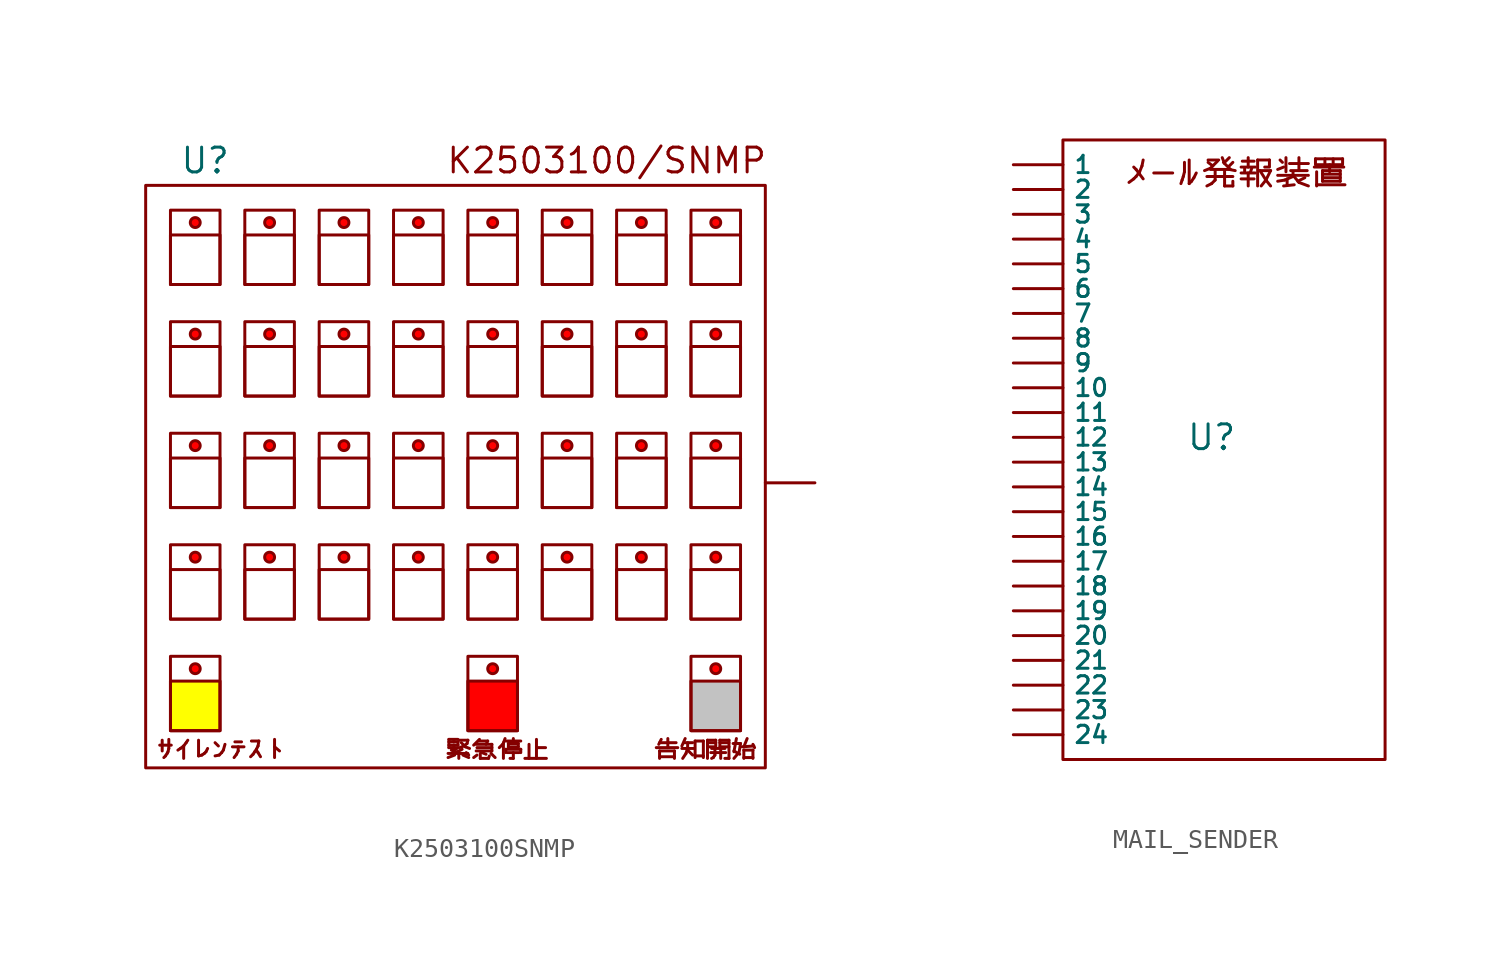
<source format=kicad_sym>
(kicad_symbol_lib
  (version 20231120)
  (generator "kicad_symbol_editor")
  (generator_version "8.0")
  (symbol "K2503100SNMP"
    (property "Reference" "U"
      (at -13.462 16.51 0)
      (effects (font (size 1.27 1.27))))
    (property "Value" ""
      (at 0 0 0)
      (effects (font (size 1.27 1.27))))
    (symbol "K2503100SNMP_0_1"
      (rectangle (start -16.51 15.24) (end 15.24 -14.605) (stroke (width 0) (type default)) (fill (type none))))
    (symbol "K2503100SNMP_1_1"
      (rectangle (start -15.24 -10.16) (end -12.7 -12.7) (stroke (width 0) (type default)) (fill (type color) (color 255 255 0 1)))
      (rectangle (start -15.24 -8.89) (end -12.7 -12.7) (stroke (width 0) (type default)) (fill (type none)))
      (rectangle (start -15.24 -4.445) (end -12.7 -6.985) (stroke (width 0) (type default)) (fill (type color) (color 255 255 255 1)))
      (rectangle (start -15.24 -3.175) (end -12.7 -6.985) (stroke (width 0) (type default)) (fill (type none)))
      (rectangle (start -15.24 1.27) (end -12.7 -1.27) (stroke (width 0) (type default)) (fill (type color) (color 255 255 255 1)))
      (rectangle (start -15.24 2.54) (end -12.7 -1.27) (stroke (width 0) (type default)) (fill (type none)))
      (rectangle (start -15.24 6.985) (end -12.7 4.445) (stroke (width 0) (type default)) (fill (type color) (color 255 255 255 1)))
      (rectangle (start -15.24 8.255) (end -12.7 4.445) (stroke (width 0) (type default)) (fill (type none)))
      (rectangle (start -15.24 12.7) (end -12.7 10.16) (stroke (width 0) (type default)) (fill (type color) (color 255 255 255 1)))
      (rectangle (start -15.24 13.97) (end -12.7 10.16) (stroke (width 0) (type default)) (fill (type none)))
      (circle (center -13.97 -9.525) (radius 0.254) (stroke (width 0) (type default)) (fill (type color) (color 255 0 0 1)))
      (circle (center -13.97 -3.81) (radius 0.254) (stroke (width 0) (type default)) (fill (type color) (color 255 0 0 1)))
      (circle (center -13.97 1.905) (radius 0.254) (stroke (width 0) (type default)) (fill (type color) (color 255 0 0 1)))
      (circle (center -13.97 7.62) (radius 0.254) (stroke (width 0) (type default)) (fill (type color) (color 255 0 0 1)))
      (circle (center -13.97 13.335) (radius 0.254) (stroke (width 0) (type default)) (fill (type color) (color 255 0 0 1)))
      (rectangle (start -11.43 -4.445) (end -8.89 -6.985) (stroke (width 0) (type default)) (fill (type color) (color 255 255 255 1)))
      (rectangle (start -11.43 -3.175) (end -8.89 -6.985) (stroke (width 0) (type default)) (fill (type none)))
      (rectangle (start -11.43 1.27) (end -8.89 -1.27) (stroke (width 0) (type default)) (fill (type color) (color 255 255 255 1)))
      (rectangle (start -11.43 2.54) (end -8.89 -1.27) (stroke (width 0) (type default)) (fill (type none)))
      (rectangle (start -11.43 6.985) (end -8.89 4.445) (stroke (width 0) (type default)) (fill (type color) (color 255 255 255 1)))
      (rectangle (start -11.43 8.255) (end -8.89 4.445) (stroke (width 0) (type default)) (fill (type none)))
      (rectangle (start -11.43 12.7) (end -8.89 10.16) (stroke (width 0) (type default)) (fill (type color) (color 255 255 255 1)))
      (rectangle (start -11.43 13.97) (end -8.89 10.16) (stroke (width 0) (type default)) (fill (type none)))
      (circle (center -10.16 -3.81) (radius 0.254) (stroke (width 0) (type default)) (fill (type color) (color 255 0 0 1)))
      (circle (center -10.16 1.905) (radius 0.254) (stroke (width 0) (type default)) (fill (type color) (color 255 0 0 1)))
      (circle (center -10.16 7.62) (radius 0.254) (stroke (width 0) (type default)) (fill (type color) (color 255 0 0 1)))
      (circle (center -10.16 13.335) (radius 0.254) (stroke (width 0) (type default)) (fill (type color) (color 255 0 0 1)))
      (rectangle (start -7.62 -4.445) (end -5.08 -6.985) (stroke (width 0) (type default)) (fill (type color) (color 255 255 255 1)))
      (rectangle (start -7.62 -3.175) (end -5.08 -6.985) (stroke (width 0) (type default)) (fill (type none)))
      (rectangle (start -7.62 1.27) (end -5.08 -1.27) (stroke (width 0) (type default)) (fill (type color) (color 255 255 255 1)))
      (rectangle (start -7.62 2.54) (end -5.08 -1.27) (stroke (width 0) (type default)) (fill (type none)))
      (rectangle (start -7.62 6.985) (end -5.08 4.445) (stroke (width 0) (type default)) (fill (type color) (color 255 255 255 1)))
      (rectangle (start -7.62 8.255) (end -5.08 4.445) (stroke (width 0) (type default)) (fill (type none)))
      (rectangle (start -7.62 12.7) (end -5.08 10.16) (stroke (width 0) (type default)) (fill (type color) (color 255 255 255 1)))
      (rectangle (start -7.62 13.97) (end -5.08 10.16) (stroke (width 0) (type default)) (fill (type none)))
      (circle (center -6.35 -3.81) (radius 0.254) (stroke (width 0) (type default)) (fill (type color) (color 255 0 0 1)))
      (circle (center -6.35 1.905) (radius 0.254) (stroke (width 0) (type default)) (fill (type color) (color 255 0 0 1)))
      (circle (center -6.35 7.62) (radius 0.254) (stroke (width 0) (type default)) (fill (type color) (color 255 0 0 1)))
      (circle (center -6.35 13.335) (radius 0.254) (stroke (width 0) (type default)) (fill (type color) (color 255 0 0 1)))
      (rectangle (start -3.81 -4.445) (end -1.27 -6.985) (stroke (width 0) (type default)) (fill (type color) (color 255 255 255 1)))
      (rectangle (start -3.81 -3.175) (end -1.27 -6.985) (stroke (width 0) (type default)) (fill (type none)))
      (rectangle (start -3.81 1.27) (end -1.27 -1.27) (stroke (width 0) (type default)) (fill (type color) (color 255 255 255 1)))
      (rectangle (start -3.81 2.54) (end -1.27 -1.27) (stroke (width 0) (type default)) (fill (type none)))
      (rectangle (start -3.81 6.985) (end -1.27 4.445) (stroke (width 0) (type default)) (fill (type color) (color 255 255 255 1)))
      (rectangle (start -3.81 8.255) (end -1.27 4.445) (stroke (width 0) (type default)) (fill (type none)))
      (rectangle (start -3.81 12.7) (end -1.27 10.16) (stroke (width 0) (type default)) (fill (type color) (color 255 255 255 1)))
      (rectangle (start -3.81 13.97) (end -1.27 10.16) (stroke (width 0) (type default)) (fill (type none)))
      (circle (center -2.54 -3.81) (radius 0.254) (stroke (width 0) (type default)) (fill (type color) (color 255 0 0 1)))
      (circle (center -2.54 1.905) (radius 0.254) (stroke (width 0) (type default)) (fill (type color) (color 255 0 0 1)))
      (circle (center -2.54 7.62) (radius 0.254) (stroke (width 0) (type default)) (fill (type color) (color 255 0 0 1)))
      (circle (center -2.54 13.335) (radius 0.254) (stroke (width 0) (type default)) (fill (type color) (color 255 0 0 1)))
      (rectangle (start 0 -10.16) (end 2.54 -12.7) (stroke (width 0) (type default)) (fill (type color) (color 255 0 0 1)))
      (rectangle (start 0 -8.89) (end 2.54 -12.7) (stroke (width 0) (type default)) (fill (type none)))
      (rectangle (start 0 -4.445) (end 2.54 -6.985) (stroke (width 0) (type default)) (fill (type color) (color 255 255 255 1)))
      (rectangle (start 0 -3.175) (end 2.54 -6.985) (stroke (width 0) (type default)) (fill (type none)))
      (rectangle (start 0 1.27) (end 2.54 -1.27) (stroke (width 0) (type default)) (fill (type color) (color 255 255 255 1)))
      (rectangle (start 0 2.54) (end 2.54 -1.27) (stroke (width 0) (type default)) (fill (type none)))
      (rectangle (start 0 6.985) (end 2.54 4.445) (stroke (width 0) (type default)) (fill (type color) (color 255 255 255 1)))
      (rectangle (start 0 8.255) (end 2.54 4.445) (stroke (width 0) (type default)) (fill (type none)))
      (rectangle (start 0 12.7) (end 2.54 10.16) (stroke (width 0) (type default)) (fill (type color) (color 255 255 255 1)))
      (rectangle (start 0 13.97) (end 2.54 10.16) (stroke (width 0) (type default)) (fill (type none)))
      (circle (center 1.27 -9.525) (radius 0.254) (stroke (width 0) (type default)) (fill (type color) (color 255 0 0 1)))
      (circle (center 1.27 -3.81) (radius 0.254) (stroke (width 0) (type default)) (fill (type color) (color 255 0 0 1)))
      (circle (center 1.27 1.905) (radius 0.254) (stroke (width 0) (type default)) (fill (type color) (color 255 0 0 1)))
      (circle (center 1.27 7.62) (radius 0.254) (stroke (width 0) (type default)) (fill (type color) (color 255 0 0 1)))
      (circle (center 1.27 13.335) (radius 0.254) (stroke (width 0) (type default)) (fill (type color) (color 255 0 0 1)))
      (rectangle (start 3.81 -4.445) (end 6.35 -6.985) (stroke (width 0) (type default)) (fill (type color) (color 255 255 255 1)))
      (rectangle (start 3.81 -3.175) (end 6.35 -6.985) (stroke (width 0) (type default)) (fill (type none)))
      (rectangle (start 3.81 1.27) (end 6.35 -1.27) (stroke (width 0) (type default)) (fill (type color) (color 255 255 255 1)))
      (rectangle (start 3.81 2.54) (end 6.35 -1.27) (stroke (width 0) (type default)) (fill (type none)))
      (rectangle (start 3.81 6.985) (end 6.35 4.445) (stroke (width 0) (type default)) (fill (type color) (color 255 255 255 1)))
      (rectangle (start 3.81 8.255) (end 6.35 4.445) (stroke (width 0) (type default)) (fill (type none)))
      (rectangle (start 3.81 12.7) (end 6.35 10.16) (stroke (width 0) (type default)) (fill (type color) (color 255 255 255 1)))
      (rectangle (start 3.81 13.97) (end 6.35 10.16) (stroke (width 0) (type default)) (fill (type none)))
      (circle (center 5.08 -3.81) (radius 0.254) (stroke (width 0) (type default)) (fill (type color) (color 255 0 0 1)))
      (circle (center 5.08 1.905) (radius 0.254) (stroke (width 0) (type default)) (fill (type color) (color 255 0 0 1)))
      (circle (center 5.08 7.62) (radius 0.254) (stroke (width 0) (type default)) (fill (type color) (color 255 0 0 1)))
      (circle (center 5.08 13.335) (radius 0.254) (stroke (width 0) (type default)) (fill (type color) (color 255 0 0 1)))
      (rectangle (start 7.62 -4.445) (end 10.16 -6.985) (stroke (width 0) (type default)) (fill (type color) (color 255 255 255 1)))
      (rectangle (start 7.62 -3.175) (end 10.16 -6.985) (stroke (width 0) (type default)) (fill (type none)))
      (rectangle (start 7.62 1.27) (end 10.16 -1.27) (stroke (width 0) (type default)) (fill (type color) (color 255 255 255 1)))
      (rectangle (start 7.62 2.54) (end 10.16 -1.27) (stroke (width 0) (type default)) (fill (type none)))
      (rectangle (start 7.62 6.985) (end 10.16 4.445) (stroke (width 0) (type default)) (fill (type color) (color 255 255 255 1)))
      (rectangle (start 7.62 8.255) (end 10.16 4.445) (stroke (width 0) (type default)) (fill (type none)))
      (rectangle (start 7.62 12.7) (end 10.16 10.16) (stroke (width 0) (type default)) (fill (type color) (color 255 255 255 1)))
      (rectangle (start 7.62 13.97) (end 10.16 10.16) (stroke (width 0) (type default)) (fill (type none)))
      (circle (center 8.89 -3.81) (radius 0.254) (stroke (width 0) (type default)) (fill (type color) (color 255 0 0 1)))
      (circle (center 8.89 1.905) (radius 0.254) (stroke (width 0) (type default)) (fill (type color) (color 255 0 0 1)))
      (circle (center 8.89 7.62) (radius 0.254) (stroke (width 0) (type default)) (fill (type color) (color 255 0 0 1)))
      (circle (center 8.89 13.335) (radius 0.254) (stroke (width 0) (type default)) (fill (type color) (color 255 0 0 1)))
      (rectangle (start 11.43 -10.16) (end 13.97 -12.7) (stroke (width 0) (type default)) (fill (type color) (color 194 194 194 1)))
      (rectangle (start 11.43 -8.89) (end 13.97 -12.7) (stroke (width 0) (type default)) (fill (type none)))
      (rectangle (start 11.43 -4.445) (end 13.97 -6.985) (stroke (width 0) (type default)) (fill (type color) (color 255 255 255 1)))
      (rectangle (start 11.43 -3.175) (end 13.97 -6.985) (stroke (width 0) (type default)) (fill (type none)))
      (rectangle (start 11.43 1.27) (end 13.97 -1.27) (stroke (width 0) (type default)) (fill (type color) (color 255 255 255 1)))
      (rectangle (start 11.43 2.54) (end 13.97 -1.27) (stroke (width 0) (type default)) (fill (type none)))
      (rectangle (start 11.43 6.985) (end 13.97 4.445) (stroke (width 0) (type default)) (fill (type color) (color 255 255 255 1)))
      (rectangle (start 11.43 8.255) (end 13.97 4.445) (stroke (width 0) (type default)) (fill (type none)))
      (rectangle (start 11.43 12.7) (end 13.97 10.16) (stroke (width 0) (type default)) (fill (type color) (color 255 255 255 1)))
      (rectangle (start 11.43 13.97) (end 13.97 10.16) (stroke (width 0) (type default)) (fill (type none)))
      (circle (center 12.7 -9.525) (radius 0.254) (stroke (width 0) (type default)) (fill (type color) (color 255 0 0 1)))
      (circle (center 12.7 -3.81) (radius 0.254) (stroke (width 0) (type default)) (fill (type color) (color 255 0 0 1)))
      (circle (center 12.7 1.905) (radius 0.254) (stroke (width 0) (type default)) (fill (type color) (color 255 0 0 1)))
      (circle (center 12.7 7.62) (radius 0.254) (stroke (width 0) (type default)) (fill (type color) (color 255 0 0 1)))
      (circle (center 12.7 13.335) (radius 0.254) (stroke (width 0) (type default)) (fill (type color) (color 255 0 0 1)))
      (text "K2503100/SNMP" (at 7.112 16.51 0) (effects (font (size 1.27 1.27))))
      (text "サイレンテスト" (at -12.7 -13.716 0) (effects (font (size 0.889 0.889))))
      (text "告知開始" (at 12.192 -13.716 0) (effects (font (size 0.889 0.889))))
      (text "緊急停止" (at 1.524 -13.716 0) (effects (font (size 0.889 0.889))))
      (pin output line (at 17.78 0 180) (length 2.54) (name "" (effects (font (size 0.889 0.889)))) (number "" (effects (font (size 1.27 1.27)))))))
  (symbol "MAIL_SENDER"
    (property "Reference" "U"
      (at 0 0 0)
      (effects (font (size 1.27 1.27))))
    (property "Value" ""
      (at 0 0 0)
      (effects (font (size 1.27 1.27))))
    (symbol "MAIL_SENDER_0_1"
      (rectangle (start -7.62 15.24) (end 8.89 -16.51) (stroke (width 0) (type default)) (fill (type none))))
    (symbol "MAIL_SENDER_1_1"
      (text "メール発報装置" (at 1.27 13.462 0) (effects (font (size 1.27 1.27))))
      (pin input line (at -10.16 13.97 0) (length 2.54) (name "1" (effects (font (size 0.889 0.889)))) (number "" (effects (font (size 1.27 1.27)))))
      (pin input line (at -10.16 2.54 0) (length 2.54) (name "10" (effects (font (size 0.889 0.889)))) (number "" (effects (font (size 1.27 1.27)))))
      (pin input line (at -10.16 1.27 0) (length 2.54) (name "11" (effects (font (size 0.889 0.889)))) (number "" (effects (font (size 1.27 1.27)))))
      (pin input line (at -10.16 0 0) (length 2.54) (name "12" (effects (font (size 0.889 0.889)))) (number "" (effects (font (size 1.27 1.27)))))
      (pin input line (at -10.16 -1.27 0) (length 2.54) (name "13" (effects (font (size 0.889 0.889)))) (number "" (effects (font (size 1.27 1.27)))))
      (pin input line (at -10.16 -2.54 0) (length 2.54) (name "14" (effects (font (size 0.889 0.889)))) (number "" (effects (font (size 1.27 1.27)))))
      (pin input line (at -10.16 -3.81 0) (length 2.54) (name "15" (effects (font (size 0.889 0.889)))) (number "" (effects (font (size 1.27 1.27)))))
      (pin input line (at -10.16 -5.08 0) (length 2.54) (name "16" (effects (font (size 0.889 0.889)))) (number "" (effects (font (size 1.27 1.27)))))
      (pin input line (at -10.16 -6.35 0) (length 2.54) (name "17" (effects (font (size 0.889 0.889)))) (number "" (effects (font (size 1.27 1.27)))))
      (pin input line (at -10.16 -7.62 0) (length 2.54) (name "18" (effects (font (size 0.889 0.889)))) (number "" (effects (font (size 1.27 1.27)))))
      (pin input line (at -10.16 -8.89 0) (length 2.54) (name "19" (effects (font (size 0.889 0.889)))) (number "" (effects (font (size 1.27 1.27)))))
      (pin input line (at -10.16 12.7 0) (length 2.54) (name "2" (effects (font (size 0.889 0.889)))) (number "" (effects (font (size 1.27 1.27)))))
      (pin input line (at -10.16 -10.16 0) (length 2.54) (name "20" (effects (font (size 0.889 0.889)))) (number "" (effects (font (size 1.27 1.27)))))
      (pin input line (at -10.16 -11.43 0) (length 2.54) (name "21" (effects (font (size 0.889 0.889)))) (number "" (effects (font (size 1.27 1.27)))))
      (pin input line (at -10.16 -12.7 0) (length 2.54) (name "22" (effects (font (size 0.889 0.889)))) (number "" (effects (font (size 1.27 1.27)))))
      (pin input line (at -10.16 -13.97 0) (length 2.54) (name "23" (effects (font (size 0.889 0.889)))) (number "" (effects (font (size 1.27 1.27)))))
      (pin input line (at -10.16 -15.24 0) (length 2.54) (name "24" (effects (font (size 0.889 0.889)))) (number "" (effects (font (size 1.27 1.27)))))
      (pin input line (at -10.16 11.43 0) (length 2.54) (name "3" (effects (font (size 0.889 0.889)))) (number "" (effects (font (size 1.27 1.27)))))
      (pin input line (at -10.16 10.16 0) (length 2.54) (name "4" (effects (font (size 0.889 0.889)))) (number "" (effects (font (size 1.27 1.27)))))
      (pin input line (at -10.16 8.89 0) (length 2.54) (name "5" (effects (font (size 0.889 0.889)))) (number "" (effects (font (size 1.27 1.27)))))
      (pin input line (at -10.16 7.62 0) (length 2.54) (name "6" (effects (font (size 0.889 0.889)))) (number "" (effects (font (size 1.27 1.27)))))
      (pin input line (at -10.16 6.35 0) (length 2.54) (name "7" (effects (font (size 0.889 0.889)))) (number "" (effects (font (size 1.27 1.27)))))
      (pin input line (at -10.16 5.08 0) (length 2.54) (name "8" (effects (font (size 0.889 0.889)))) (number "" (effects (font (size 1.27 1.27)))))
      (pin input line (at -10.16 3.81 0) (length 2.54) (name "9" (effects (font (size 0.889 0.889)))) (number "" (effects (font (size 1.27 1.27))))))))
</source>
